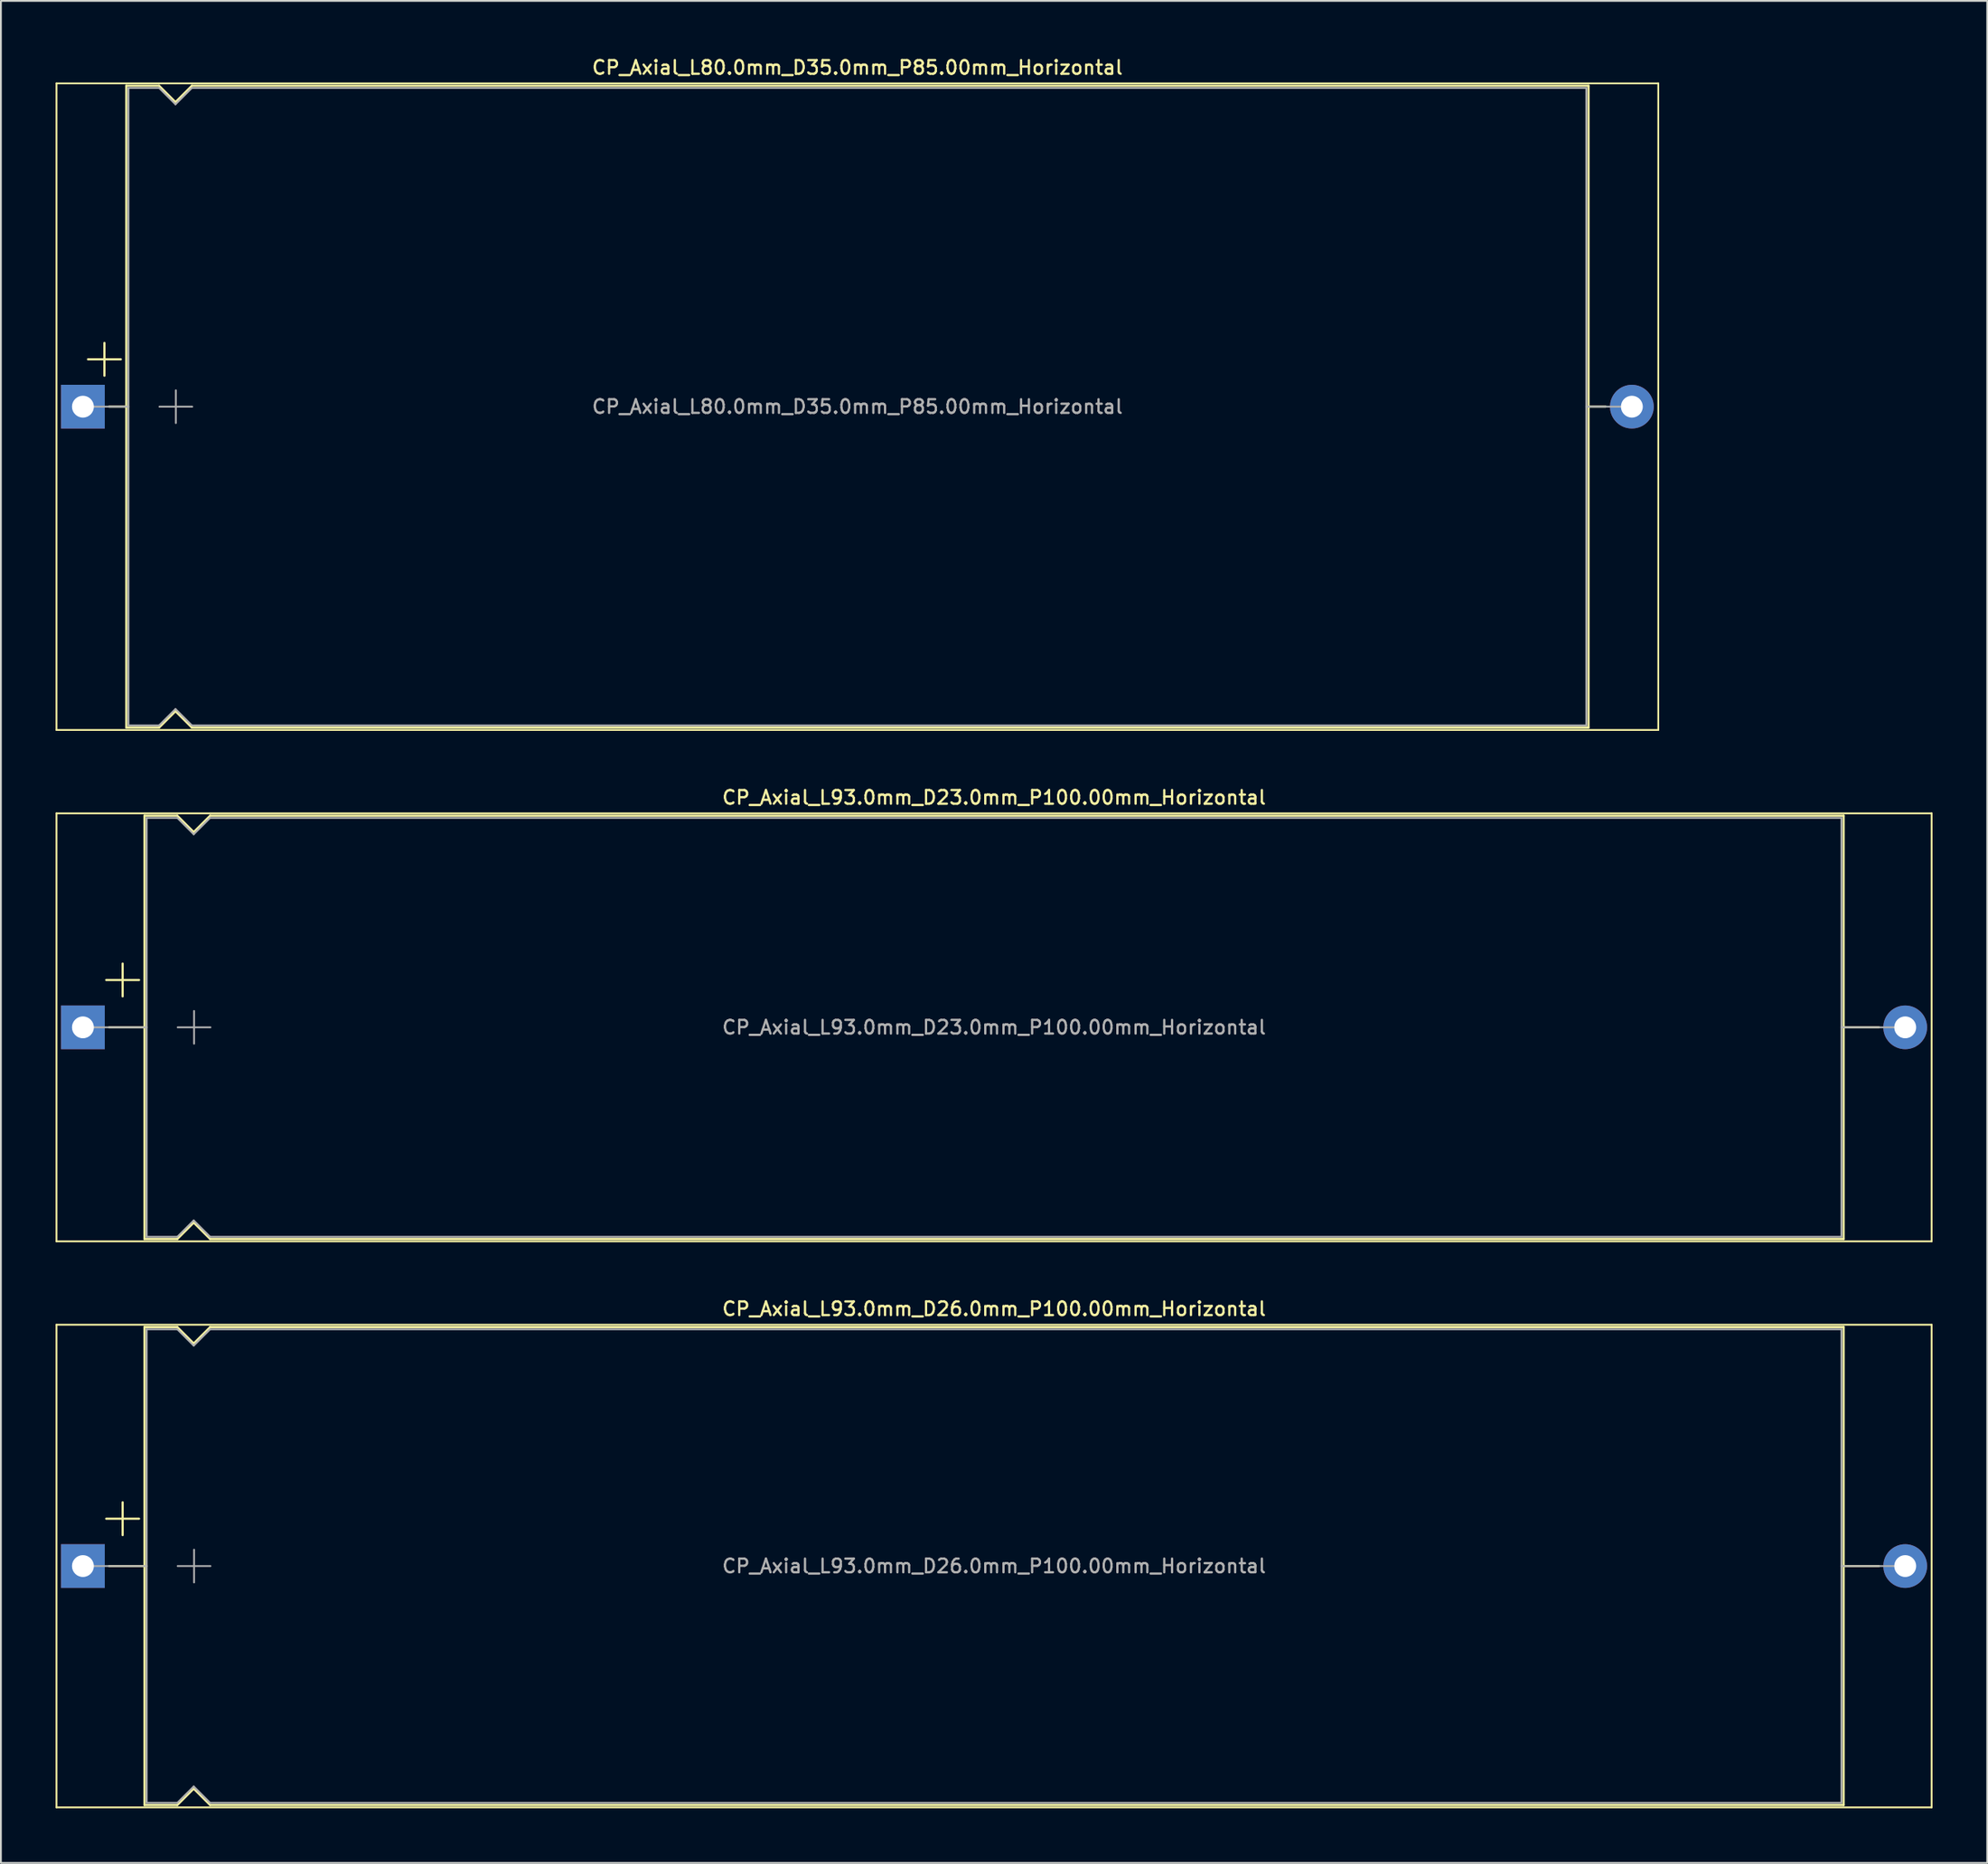
<source format=kicad_pcb>
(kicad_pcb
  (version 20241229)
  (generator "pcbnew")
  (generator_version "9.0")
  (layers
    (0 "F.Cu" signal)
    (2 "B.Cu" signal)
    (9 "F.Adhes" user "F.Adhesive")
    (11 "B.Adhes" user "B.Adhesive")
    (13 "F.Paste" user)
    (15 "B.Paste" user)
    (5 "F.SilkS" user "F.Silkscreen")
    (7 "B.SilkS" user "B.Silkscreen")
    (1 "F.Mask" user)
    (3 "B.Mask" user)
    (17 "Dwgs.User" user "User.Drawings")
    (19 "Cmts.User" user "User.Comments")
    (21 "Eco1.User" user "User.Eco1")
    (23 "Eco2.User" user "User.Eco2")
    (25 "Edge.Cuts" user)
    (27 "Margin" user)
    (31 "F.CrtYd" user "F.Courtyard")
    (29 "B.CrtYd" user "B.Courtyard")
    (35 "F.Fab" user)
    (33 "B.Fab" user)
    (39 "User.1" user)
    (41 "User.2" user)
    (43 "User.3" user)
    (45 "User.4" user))
  (footprint "CP_Axial_L80.0mm_D35.0mm_P85.00mm_Horizontal"
    (layer "F.Cu")
    (at 1.5 19.278)
    (property "Reference" "CP_Axial_L80.0mm_D35.0mm_P85.00mm_Horizontal" (at 42.5 -18.62 0) (layer "F.SilkS") (effects (font (size 0.75 0.75) (thickness 0.125))))
    (attr through_hole)
    (fp_line (start -1.45 -17.75) (end -1.45 17.75) (stroke (width 0.1) (type solid)) (layer "F.SilkS"))
    (fp_line (start -1.45 17.75) (end 86.45 17.75) (stroke (width 0.1) (type solid)) (layer "F.SilkS"))
    (fp_line (start 0.28 -2.6) (end 2.08 -2.6) (stroke (width 0.12) (type solid)) (layer "F.SilkS"))
    (fp_line (start 1.18 -3.5) (end 1.18 -1.7) (stroke (width 0.12) (type solid)) (layer "F.SilkS"))
    (fp_line (start 1.44 0) (end 2.38 0) (stroke (width 0.12) (type solid)) (layer "F.SilkS"))
    (fp_line (start 2.38 -17.62) (end 2.38 17.62) (stroke (width 0.12) (type solid)) (layer "F.SilkS"))
    (fp_line (start 2.38 -17.62) (end 4.18 -17.62) (stroke (width 0.12) (type solid)) (layer "F.SilkS"))
    (fp_line (start 2.38 17.62) (end 4.18 17.62) (stroke (width 0.12) (type solid)) (layer "F.SilkS"))
    (fp_line (start 4.18 -17.62) (end 5.08 -16.72) (stroke (width 0.12) (type solid)) (layer "F.SilkS"))
    (fp_line (start 4.18 17.62) (end 5.08 16.72) (stroke (width 0.12) (type solid)) (layer "F.SilkS"))
    (fp_line (start 5.08 -16.72) (end 5.98 -17.62) (stroke (width 0.12) (type solid)) (layer "F.SilkS"))
    (fp_line (start 5.08 16.72) (end 5.98 17.62) (stroke (width 0.12) (type solid)) (layer "F.SilkS"))
    (fp_line (start 5.98 -17.62) (end 82.62 -17.62) (stroke (width 0.12) (type solid)) (layer "F.SilkS"))
    (fp_line (start 5.98 17.62) (end 82.62 17.62) (stroke (width 0.12) (type solid)) (layer "F.SilkS"))
    (fp_line (start 82.62 -17.62) (end 82.62 17.62) (stroke (width 0.12) (type solid)) (layer "F.SilkS"))
    (fp_line (start 83.56 0) (end 82.62 0) (stroke (width 0.12) (type solid)) (layer "F.SilkS"))
    (fp_line (start 86.45 -17.75) (end -1.45 -17.75) (stroke (width 0.1) (type solid)) (layer "F.SilkS"))
    (fp_line (start 86.45 17.75) (end 86.45 -17.75) (stroke (width 0.1) (type solid)) (layer "F.SilkS"))
    (fp_line (start 0 0) (end 2.5 0) (stroke (width 0.1) (type solid)) (layer "F.Fab"))
    (fp_line (start 2.5 -17.5) (end 2.5 17.5) (stroke (width 0.1) (type solid)) (layer "F.Fab"))
    (fp_line (start 2.5 -17.5) (end 4.18 -17.5) (stroke (width 0.1) (type solid)) (layer "F.Fab"))
    (fp_line (start 2.5 17.5) (end 4.18 17.5) (stroke (width 0.1) (type solid)) (layer "F.Fab"))
    (fp_line (start 4.18 -17.5) (end 5.08 -16.6) (stroke (width 0.1) (type solid)) (layer "F.Fab"))
    (fp_line (start 4.18 17.5) (end 5.08 16.6) (stroke (width 0.1) (type solid)) (layer "F.Fab"))
    (fp_line (start 4.2 0) (end 6 0) (stroke (width 0.1) (type solid)) (layer "F.Fab"))
    (fp_line (start 5.08 -16.6) (end 5.98 -17.5) (stroke (width 0.1) (type solid)) (layer "F.Fab"))
    (fp_line (start 5.08 16.6) (end 5.98 17.5) (stroke (width 0.1) (type solid)) (layer "F.Fab"))
    (fp_line (start 5.1 -0.9) (end 5.1 0.9) (stroke (width 0.1) (type solid)) (layer "F.Fab"))
    (fp_line (start 5.98 -17.5) (end 82.5 -17.5) (stroke (width 0.1) (type solid)) (layer "F.Fab"))
    (fp_line (start 5.98 17.5) (end 82.5 17.5) (stroke (width 0.1) (type solid)) (layer "F.Fab"))
    (fp_line (start 82.5 -17.5) (end 82.5 17.5) (stroke (width 0.1) (type solid)) (layer "F.Fab"))
    (fp_line (start 85 0) (end 82.5 0) (stroke (width 0.1) (type solid)) (layer "F.Fab"))
    (fp_text user "${REFERENCE}" (at 42.5 0 0) (layer "F.Fab") (effects (font (size 0.75 0.75) (thickness 0.125))))
    (pad "1" thru_hole rect (at 0 0) (size 2.4 2.4) (drill 1.2) (layers "*.Cu" "*.Mask"))
    (pad "2" thru_hole oval (at 85 0) (size 2.4 2.4) (drill 1.2) (layers "*.Cu" "*.Mask")))
  (footprint "CP_Axial_L93.0mm_D23.0mm_P100.00mm_Horizontal"
    (layer "F.Cu")
    (at 1.5 53.356)
    (property "Reference" "CP_Axial_L93.0mm_D23.0mm_P100.00mm_Horizontal" (at 50 -12.62 0) (layer "F.SilkS") (effects (font (size 0.75 0.75) (thickness 0.125))))
    (attr through_hole)
    (fp_line (start -1.45 -11.75) (end -1.45 11.75) (stroke (width 0.1) (type solid)) (layer "F.SilkS"))
    (fp_line (start -1.45 11.75) (end 101.45 11.75) (stroke (width 0.1) (type solid)) (layer "F.SilkS"))
    (fp_line (start 1.28 -2.6) (end 3.08 -2.6) (stroke (width 0.12) (type solid)) (layer "F.SilkS"))
    (fp_line (start 1.44 0) (end 3.38 0) (stroke (width 0.12) (type solid)) (layer "F.SilkS"))
    (fp_line (start 2.18 -3.5) (end 2.18 -1.7) (stroke (width 0.12) (type solid)) (layer "F.SilkS"))
    (fp_line (start 3.38 -11.62) (end 3.38 11.62) (stroke (width 0.12) (type solid)) (layer "F.SilkS"))
    (fp_line (start 3.38 -11.62) (end 5.18 -11.62) (stroke (width 0.12) (type solid)) (layer "F.SilkS"))
    (fp_line (start 3.38 11.62) (end 5.18 11.62) (stroke (width 0.12) (type solid)) (layer "F.SilkS"))
    (fp_line (start 5.18 -11.62) (end 6.08 -10.72) (stroke (width 0.12) (type solid)) (layer "F.SilkS"))
    (fp_line (start 5.18 11.62) (end 6.08 10.72) (stroke (width 0.12) (type solid)) (layer "F.SilkS"))
    (fp_line (start 6.08 -10.72) (end 6.98 -11.62) (stroke (width 0.12) (type solid)) (layer "F.SilkS"))
    (fp_line (start 6.08 10.72) (end 6.98 11.62) (stroke (width 0.12) (type solid)) (layer "F.SilkS"))
    (fp_line (start 6.98 -11.62) (end 96.62 -11.62) (stroke (width 0.12) (type solid)) (layer "F.SilkS"))
    (fp_line (start 6.98 11.62) (end 96.62 11.62) (stroke (width 0.12) (type solid)) (layer "F.SilkS"))
    (fp_line (start 96.62 -11.62) (end 96.62 11.62) (stroke (width 0.12) (type solid)) (layer "F.SilkS"))
    (fp_line (start 98.56 0) (end 96.62 0) (stroke (width 0.12) (type solid)) (layer "F.SilkS"))
    (fp_line (start 101.45 -11.75) (end -1.45 -11.75) (stroke (width 0.1) (type solid)) (layer "F.SilkS"))
    (fp_line (start 101.45 11.75) (end 101.45 -11.75) (stroke (width 0.1) (type solid)) (layer "F.SilkS"))
    (fp_line (start 0 0) (end 3.5 0) (stroke (width 0.1) (type solid)) (layer "F.Fab"))
    (fp_line (start 3.5 -11.5) (end 3.5 11.5) (stroke (width 0.1) (type solid)) (layer "F.Fab"))
    (fp_line (start 3.5 -11.5) (end 5.18 -11.5) (stroke (width 0.1) (type solid)) (layer "F.Fab"))
    (fp_line (start 3.5 11.5) (end 5.18 11.5) (stroke (width 0.1) (type solid)) (layer "F.Fab"))
    (fp_line (start 5.18 -11.5) (end 6.08 -10.6) (stroke (width 0.1) (type solid)) (layer "F.Fab"))
    (fp_line (start 5.18 11.5) (end 6.08 10.6) (stroke (width 0.1) (type solid)) (layer "F.Fab"))
    (fp_line (start 5.2 0) (end 7 0) (stroke (width 0.1) (type solid)) (layer "F.Fab"))
    (fp_line (start 6.08 -10.6) (end 6.98 -11.5) (stroke (width 0.1) (type solid)) (layer "F.Fab"))
    (fp_line (start 6.08 10.6) (end 6.98 11.5) (stroke (width 0.1) (type solid)) (layer "F.Fab"))
    (fp_line (start 6.1 -0.9) (end 6.1 0.9) (stroke (width 0.1) (type solid)) (layer "F.Fab"))
    (fp_line (start 6.98 -11.5) (end 96.5 -11.5) (stroke (width 0.1) (type solid)) (layer "F.Fab"))
    (fp_line (start 6.98 11.5) (end 96.5 11.5) (stroke (width 0.1) (type solid)) (layer "F.Fab"))
    (fp_line (start 96.5 -11.5) (end 96.5 11.5) (stroke (width 0.1) (type solid)) (layer "F.Fab"))
    (fp_line (start 100 0) (end 96.5 0) (stroke (width 0.1) (type solid)) (layer "F.Fab"))
    (fp_text user "${REFERENCE}" (at 50 0 0) (layer "F.Fab") (effects (font (size 0.75 0.75) (thickness 0.125))))
    (pad "1" thru_hole rect (at 0 0) (size 2.4 2.4) (drill 1.2) (layers "*.Cu" "*.Mask"))
    (pad "2" thru_hole oval (at 100 0) (size 2.4 2.4) (drill 1.2) (layers "*.Cu" "*.Mask")))
  (footprint "CP_Axial_L93.0mm_D26.0mm_P100.00mm_Horizontal"
    (layer "F.Cu")
    (at 1.5 82.934)
    (property "Reference" "CP_Axial_L93.0mm_D26.0mm_P100.00mm_Horizontal" (at 50 -14.12 0) (layer "F.SilkS") (effects (font (size 0.75 0.75) (thickness 0.125))))
    (attr through_hole)
    (fp_line (start -1.45 -13.25) (end -1.45 13.25) (stroke (width 0.1) (type solid)) (layer "F.SilkS"))
    (fp_line (start -1.45 13.25) (end 101.45 13.25) (stroke (width 0.1) (type solid)) (layer "F.SilkS"))
    (fp_line (start 1.28 -2.6) (end 3.08 -2.6) (stroke (width 0.12) (type solid)) (layer "F.SilkS"))
    (fp_line (start 1.44 0) (end 3.38 0) (stroke (width 0.12) (type solid)) (layer "F.SilkS"))
    (fp_line (start 2.18 -3.5) (end 2.18 -1.7) (stroke (width 0.12) (type solid)) (layer "F.SilkS"))
    (fp_line (start 3.38 -13.12) (end 3.38 13.12) (stroke (width 0.12) (type solid)) (layer "F.SilkS"))
    (fp_line (start 3.38 -13.12) (end 5.18 -13.12) (stroke (width 0.12) (type solid)) (layer "F.SilkS"))
    (fp_line (start 3.38 13.12) (end 5.18 13.12) (stroke (width 0.12) (type solid)) (layer "F.SilkS"))
    (fp_line (start 5.18 -13.12) (end 6.08 -12.22) (stroke (width 0.12) (type solid)) (layer "F.SilkS"))
    (fp_line (start 5.18 13.12) (end 6.08 12.22) (stroke (width 0.12) (type solid)) (layer "F.SilkS"))
    (fp_line (start 6.08 -12.22) (end 6.98 -13.12) (stroke (width 0.12) (type solid)) (layer "F.SilkS"))
    (fp_line (start 6.08 12.22) (end 6.98 13.12) (stroke (width 0.12) (type solid)) (layer "F.SilkS"))
    (fp_line (start 6.98 -13.12) (end 96.62 -13.12) (stroke (width 0.12) (type solid)) (layer "F.SilkS"))
    (fp_line (start 6.98 13.12) (end 96.62 13.12) (stroke (width 0.12) (type solid)) (layer "F.SilkS"))
    (fp_line (start 96.62 -13.12) (end 96.62 13.12) (stroke (width 0.12) (type solid)) (layer "F.SilkS"))
    (fp_line (start 98.56 0) (end 96.62 0) (stroke (width 0.12) (type solid)) (layer "F.SilkS"))
    (fp_line (start 101.45 -13.25) (end -1.45 -13.25) (stroke (width 0.1) (type solid)) (layer "F.SilkS"))
    (fp_line (start 101.45 13.25) (end 101.45 -13.25) (stroke (width 0.1) (type solid)) (layer "F.SilkS"))
    (fp_line (start 0 0) (end 3.5 0) (stroke (width 0.1) (type solid)) (layer "F.Fab"))
    (fp_line (start 3.5 -13) (end 3.5 13) (stroke (width 0.1) (type solid)) (layer "F.Fab"))
    (fp_line (start 3.5 -13) (end 5.18 -13) (stroke (width 0.1) (type solid)) (layer "F.Fab"))
    (fp_line (start 3.5 13) (end 5.18 13) (stroke (width 0.1) (type solid)) (layer "F.Fab"))
    (fp_line (start 5.18 -13) (end 6.08 -12.1) (stroke (width 0.1) (type solid)) (layer "F.Fab"))
    (fp_line (start 5.18 13) (end 6.08 12.1) (stroke (width 0.1) (type solid)) (layer "F.Fab"))
    (fp_line (start 5.2 0) (end 7 0) (stroke (width 0.1) (type solid)) (layer "F.Fab"))
    (fp_line (start 6.08 -12.1) (end 6.98 -13) (stroke (width 0.1) (type solid)) (layer "F.Fab"))
    (fp_line (start 6.08 12.1) (end 6.98 13) (stroke (width 0.1) (type solid)) (layer "F.Fab"))
    (fp_line (start 6.1 -0.9) (end 6.1 0.9) (stroke (width 0.1) (type solid)) (layer "F.Fab"))
    (fp_line (start 6.98 -13) (end 96.5 -13) (stroke (width 0.1) (type solid)) (layer "F.Fab"))
    (fp_line (start 6.98 13) (end 96.5 13) (stroke (width 0.1) (type solid)) (layer "F.Fab"))
    (fp_line (start 96.5 -13) (end 96.5 13) (stroke (width 0.1) (type solid)) (layer "F.Fab"))
    (fp_line (start 100 0) (end 96.5 0) (stroke (width 0.1) (type solid)) (layer "F.Fab"))
    (fp_text user "${REFERENCE}" (at 50 0 0) (layer "F.Fab") (effects (font (size 0.75 0.75) (thickness 0.125))))
    (pad "1" thru_hole rect (at 0 0) (size 2.4 2.4) (drill 1.2) (layers "*.Cu" "*.Mask"))
    (pad "2" thru_hole oval (at 100 0) (size 2.4 2.4) (drill 1.2) (layers "*.Cu" "*.Mask")))
  (gr_rect
    (start -3 -3)
    (end 106 99.234)
    (stroke (width 0.1) (type default))
    (fill no)
    (layer "Edge.Cuts")))
</source>
